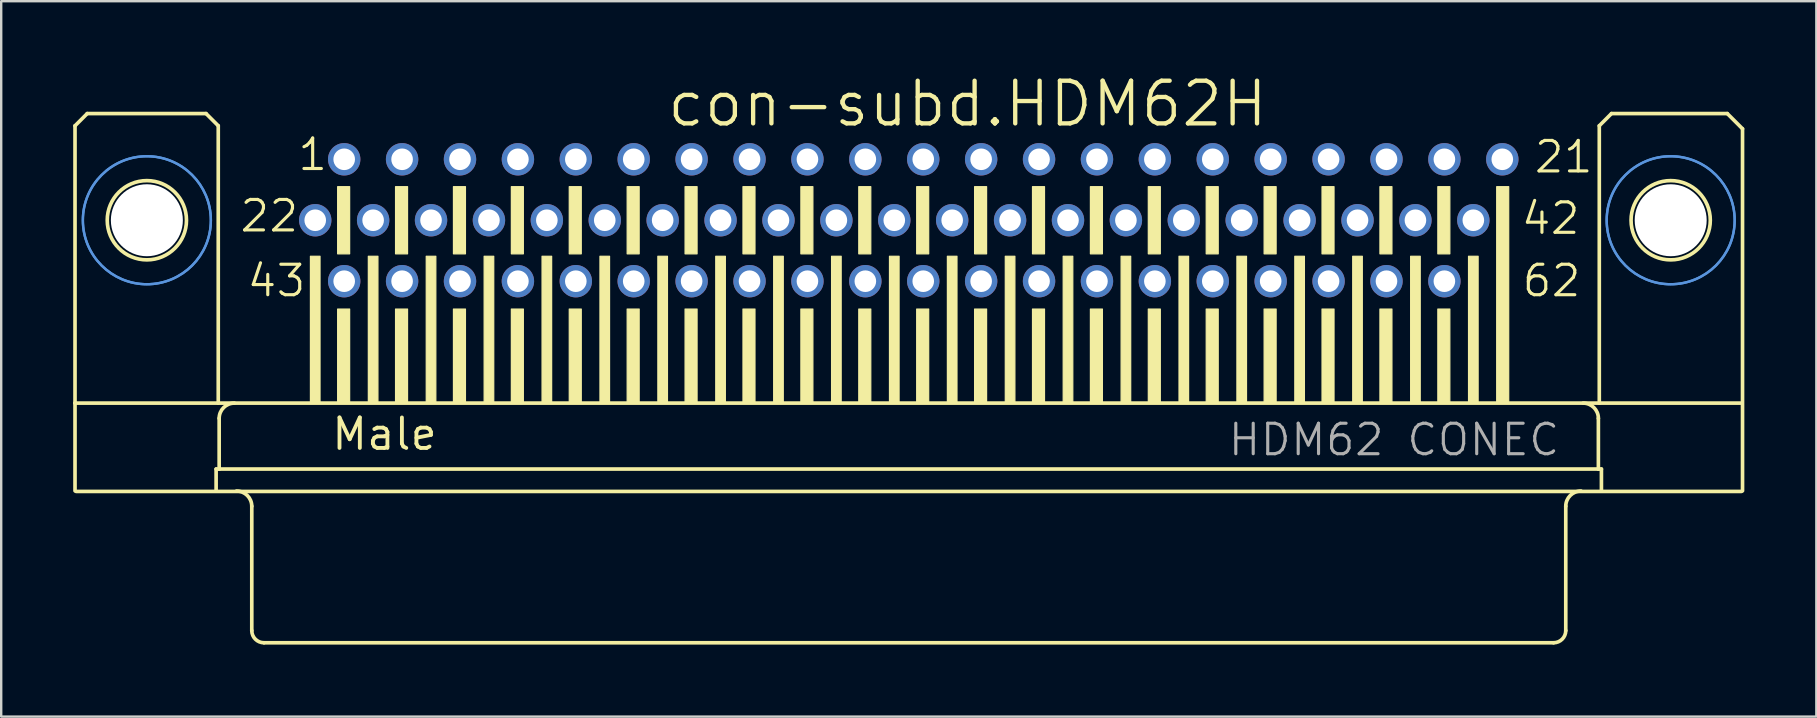
<source format=kicad_pcb>
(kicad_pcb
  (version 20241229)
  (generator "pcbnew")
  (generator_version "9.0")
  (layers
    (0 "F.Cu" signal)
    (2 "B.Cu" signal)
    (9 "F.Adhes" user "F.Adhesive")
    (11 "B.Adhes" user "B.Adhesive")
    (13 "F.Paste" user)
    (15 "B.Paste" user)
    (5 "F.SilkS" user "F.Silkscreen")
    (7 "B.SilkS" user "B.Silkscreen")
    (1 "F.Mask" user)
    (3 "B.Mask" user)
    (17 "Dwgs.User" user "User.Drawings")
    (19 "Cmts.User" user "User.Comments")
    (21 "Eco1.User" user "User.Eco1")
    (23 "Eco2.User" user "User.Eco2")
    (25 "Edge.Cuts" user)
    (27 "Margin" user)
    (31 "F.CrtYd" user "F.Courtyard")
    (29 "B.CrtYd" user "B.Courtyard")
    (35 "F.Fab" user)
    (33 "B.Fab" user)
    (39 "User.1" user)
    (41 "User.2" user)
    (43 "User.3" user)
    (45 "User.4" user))
  (footprint "con-subd.HDM62H"
    (layer "F.Cu")
    (at 34.82 6.128)
    (property "Reference" "con-subd.HDM62H" (at -10.16 -3.81 0) (layer "F.SilkS") (effects (font (size 1.778 1.778) (thickness 0.18)) (justify left bottom)))
    (attr through_hole)
    (fp_line (start -34.744 -3.937) (end -34.744 7.62) (stroke (width 0.152) (type default)) (layer "F.SilkS"))
    (fp_line (start -34.744 11.276) (end -34.744 7.62) (stroke (width 0.152) (type default)) (layer "F.SilkS"))
    (fp_line (start -34.7 11.3) (end 34.7 11.3) (stroke (width 0.152) (type default)) (layer "F.SilkS"))
    (fp_line (start -34.236 -4.445) (end -34.744 -3.937) (stroke (width 0.152) (type default)) (layer "F.SilkS"))
    (fp_line (start -29.283 -4.445) (end -34.236 -4.445) (stroke (width 0.152) (type default)) (layer "F.SilkS"))
    (fp_line (start -28.864 10.368) (end -28.864 11.276) (stroke (width 0.152) (type default)) (layer "F.SilkS"))
    (fp_line (start -28.775 -3.937) (end -29.283 -4.445) (stroke (width 0.152) (type default)) (layer "F.SilkS"))
    (fp_line (start -28.775 -3.937) (end -28.775 7.62) (stroke (width 0.152) (type default)) (layer "F.SilkS"))
    (fp_line (start -28.737 8.255) (end -28.737 10.368) (stroke (width 0.152) (type default)) (layer "F.SilkS"))
    (fp_line (start -28.737 10.368) (end -28.864 10.368) (stroke (width 0.152) (type default)) (layer "F.SilkS"))
    (fp_line (start -27.378 11.919) (end -27.378 17.099) (stroke (width 0.152) (type default)) (layer "F.SilkS"))
    (fp_line (start 26.87 17.607) (end -26.87 17.607) (stroke (width 0.152) (type default)) (layer "F.SilkS"))
    (fp_line (start 27.378 11.919) (end 27.378 17.099) (stroke (width 0.152) (type default)) (layer "F.SilkS"))
    (fp_line (start 28.737 8.255) (end 28.737 10.368) (stroke (width 0.152) (type default)) (layer "F.SilkS"))
    (fp_line (start 28.737 10.368) (end -28.737 10.368) (stroke (width 0.152) (type default)) (layer "F.SilkS"))
    (fp_line (start 28.775 -3.937) (end 28.775 7.62) (stroke (width 0.152) (type default)) (layer "F.SilkS"))
    (fp_line (start 28.864 10.368) (end 28.737 10.368) (stroke (width 0.152) (type default)) (layer "F.SilkS"))
    (fp_line (start 28.864 10.368) (end 28.864 11.276) (stroke (width 0.152) (type default)) (layer "F.SilkS"))
    (fp_line (start 29.283 -4.445) (end 28.775 -3.937) (stroke (width 0.152) (type default)) (layer "F.SilkS"))
    (fp_line (start 29.283 -4.445) (end 34.109 -4.445) (stroke (width 0.152) (type default)) (layer "F.SilkS"))
    (fp_line (start 34.109 -4.445) (end 34.744 -3.81) (stroke (width 0.152) (type default)) (layer "F.SilkS"))
    (fp_line (start 34.656 7.62) (end -34.744 7.62) (stroke (width 0.152) (type default)) (layer "F.SilkS"))
    (fp_line (start 34.744 -3.81) (end 34.744 11.276) (stroke (width 0.152) (type default)) (layer "F.SilkS"))
    (fp_rect (start -24.934 7.6) (end -24.534 1.5) (stroke (width 0.05) (type default)) (fill yes) (layer "F.SilkS"))
    (fp_rect (start -23.8 1.4) (end -23.3 -1.4) (stroke (width 0.05) (type default)) (fill yes) (layer "F.SilkS"))
    (fp_rect (start -23.8 7.6) (end -23.3 3.7) (stroke (width 0.05) (type default)) (fill yes) (layer "F.SilkS"))
    (fp_rect (start -22.521 7.6) (end -22.121 1.5) (stroke (width 0.05) (type default)) (fill yes) (layer "F.SilkS"))
    (fp_rect (start -21.387 1.4) (end -20.887 -1.4) (stroke (width 0.05) (type default)) (fill yes) (layer "F.SilkS"))
    (fp_rect (start -21.387 7.6) (end -20.887 3.7) (stroke (width 0.05) (type default)) (fill yes) (layer "F.SilkS"))
    (fp_rect (start -20.108 7.6) (end -19.708 1.5) (stroke (width 0.05) (type default)) (fill yes) (layer "F.SilkS"))
    (fp_rect (start -18.974 1.4) (end -18.474 -1.4) (stroke (width 0.05) (type default)) (fill yes) (layer "F.SilkS"))
    (fp_rect (start -18.974 7.6) (end -18.474 3.7) (stroke (width 0.05) (type default)) (fill yes) (layer "F.SilkS"))
    (fp_rect (start -17.695 7.6) (end -17.295 1.5) (stroke (width 0.05) (type default)) (fill yes) (layer "F.SilkS"))
    (fp_rect (start -16.561 1.4) (end -16.061 -1.4) (stroke (width 0.05) (type default)) (fill yes) (layer "F.SilkS"))
    (fp_rect (start -16.561 7.6) (end -16.061 3.7) (stroke (width 0.05) (type default)) (fill yes) (layer "F.SilkS"))
    (fp_rect (start -15.282 7.6) (end -14.882 1.5) (stroke (width 0.05) (type default)) (fill yes) (layer "F.SilkS"))
    (fp_rect (start -14.148 1.4) (end -13.648 -1.4) (stroke (width 0.05) (type default)) (fill yes) (layer "F.SilkS"))
    (fp_rect (start -14.148 7.6) (end -13.648 3.7) (stroke (width 0.05) (type default)) (fill yes) (layer "F.SilkS"))
    (fp_rect (start -12.869 7.6) (end -12.469 1.5) (stroke (width 0.05) (type default)) (fill yes) (layer "F.SilkS"))
    (fp_rect (start -11.735 1.4) (end -11.235 -1.4) (stroke (width 0.05) (type default)) (fill yes) (layer "F.SilkS"))
    (fp_rect (start -11.735 7.6) (end -11.235 3.7) (stroke (width 0.05) (type default)) (fill yes) (layer "F.SilkS"))
    (fp_rect (start -10.456 7.6) (end -10.056 1.5) (stroke (width 0.05) (type default)) (fill yes) (layer "F.SilkS"))
    (fp_rect (start -9.322 1.4) (end -8.822 -1.4) (stroke (width 0.05) (type default)) (fill yes) (layer "F.SilkS"))
    (fp_rect (start -9.322 7.6) (end -8.822 3.7) (stroke (width 0.05) (type default)) (fill yes) (layer "F.SilkS"))
    (fp_rect (start -8.043 7.6) (end -7.643 1.5) (stroke (width 0.05) (type default)) (fill yes) (layer "F.SilkS"))
    (fp_rect (start -6.909 1.4) (end -6.409 -1.4) (stroke (width 0.05) (type default)) (fill yes) (layer "F.SilkS"))
    (fp_rect (start -6.909 7.6) (end -6.409 3.7) (stroke (width 0.05) (type default)) (fill yes) (layer "F.SilkS"))
    (fp_rect (start -5.63 7.6) (end -5.23 1.5) (stroke (width 0.05) (type default)) (fill yes) (layer "F.SilkS"))
    (fp_rect (start -4.496 1.4) (end -3.996 -1.4) (stroke (width 0.05) (type default)) (fill yes) (layer "F.SilkS"))
    (fp_rect (start -4.496 7.6) (end -3.996 3.7) (stroke (width 0.05) (type default)) (fill yes) (layer "F.SilkS"))
    (fp_rect (start -3.217 7.6) (end -2.817 1.5) (stroke (width 0.05) (type default)) (fill yes) (layer "F.SilkS"))
    (fp_rect (start -2.083 1.4) (end -1.583 -1.4) (stroke (width 0.05) (type default)) (fill yes) (layer "F.SilkS"))
    (fp_rect (start -2.083 7.6) (end -1.583 3.7) (stroke (width 0.05) (type default)) (fill yes) (layer "F.SilkS"))
    (fp_rect (start -0.804 7.6) (end -0.404 1.5) (stroke (width 0.05) (type default)) (fill yes) (layer "F.SilkS"))
    (fp_rect (start 0.33 1.4) (end 0.83 -1.4) (stroke (width 0.05) (type default)) (fill yes) (layer "F.SilkS"))
    (fp_rect (start 0.33 7.6) (end 0.83 3.7) (stroke (width 0.05) (type default)) (fill yes) (layer "F.SilkS"))
    (fp_rect (start 1.609 7.6) (end 2.009 1.5) (stroke (width 0.05) (type default)) (fill yes) (layer "F.SilkS"))
    (fp_rect (start 2.743 1.4) (end 3.243 -1.4) (stroke (width 0.05) (type default)) (fill yes) (layer "F.SilkS"))
    (fp_rect (start 2.743 7.6) (end 3.243 3.7) (stroke (width 0.05) (type default)) (fill yes) (layer "F.SilkS"))
    (fp_rect (start 4.022 7.6) (end 4.422 1.5) (stroke (width 0.05) (type default)) (fill yes) (layer "F.SilkS"))
    (fp_rect (start 5.156 1.4) (end 5.656 -1.4) (stroke (width 0.05) (type default)) (fill yes) (layer "F.SilkS"))
    (fp_rect (start 5.156 7.6) (end 5.656 3.7) (stroke (width 0.05) (type default)) (fill yes) (layer "F.SilkS"))
    (fp_rect (start 6.435 7.6) (end 6.835 1.5) (stroke (width 0.05) (type default)) (fill yes) (layer "F.SilkS"))
    (fp_rect (start 7.569 1.4) (end 8.069 -1.4) (stroke (width 0.05) (type default)) (fill yes) (layer "F.SilkS"))
    (fp_rect (start 7.569 7.6) (end 8.069 3.7) (stroke (width 0.05) (type default)) (fill yes) (layer "F.SilkS"))
    (fp_rect (start 8.848 7.6) (end 9.248 1.5) (stroke (width 0.05) (type default)) (fill yes) (layer "F.SilkS"))
    (fp_rect (start 9.982 1.4) (end 10.482 -1.4) (stroke (width 0.05) (type default)) (fill yes) (layer "F.SilkS"))
    (fp_rect (start 9.982 7.6) (end 10.482 3.7) (stroke (width 0.05) (type default)) (fill yes) (layer "F.SilkS"))
    (fp_rect (start 11.261 7.6) (end 11.661 1.5) (stroke (width 0.05) (type default)) (fill yes) (layer "F.SilkS"))
    (fp_rect (start 12.395 1.4) (end 12.895 -1.4) (stroke (width 0.05) (type default)) (fill yes) (layer "F.SilkS"))
    (fp_rect (start 12.395 7.6) (end 12.895 3.7) (stroke (width 0.05) (type default)) (fill yes) (layer "F.SilkS"))
    (fp_rect (start 13.674 7.6) (end 14.074 1.5) (stroke (width 0.05) (type default)) (fill yes) (layer "F.SilkS"))
    (fp_rect (start 14.808 1.4) (end 15.308 -1.4) (stroke (width 0.05) (type default)) (fill yes) (layer "F.SilkS"))
    (fp_rect (start 14.808 7.6) (end 15.308 3.7) (stroke (width 0.05) (type default)) (fill yes) (layer "F.SilkS"))
    (fp_rect (start 16.087 7.6) (end 16.487 1.5) (stroke (width 0.05) (type default)) (fill yes) (layer "F.SilkS"))
    (fp_rect (start 17.221 1.4) (end 17.721 -1.4) (stroke (width 0.05) (type default)) (fill yes) (layer "F.SilkS"))
    (fp_rect (start 17.221 7.6) (end 17.721 3.7) (stroke (width 0.05) (type default)) (fill yes) (layer "F.SilkS"))
    (fp_rect (start 18.5 7.6) (end 18.9 1.5) (stroke (width 0.05) (type default)) (fill yes) (layer "F.SilkS"))
    (fp_rect (start 19.634 1.4) (end 20.134 -1.4) (stroke (width 0.05) (type default)) (fill yes) (layer "F.SilkS"))
    (fp_rect (start 19.634 7.6) (end 20.134 3.7) (stroke (width 0.05) (type default)) (fill yes) (layer "F.SilkS"))
    (fp_rect (start 20.913 7.6) (end 21.313 1.5) (stroke (width 0.05) (type default)) (fill yes) (layer "F.SilkS"))
    (fp_rect (start 22.047 1.4) (end 22.547 -1.4) (stroke (width 0.05) (type default)) (fill yes) (layer "F.SilkS"))
    (fp_rect (start 22.047 7.6) (end 22.547 3.7) (stroke (width 0.05) (type default)) (fill yes) (layer "F.SilkS"))
    (fp_rect (start 23.326 7.6) (end 23.726 1.5) (stroke (width 0.05) (type default)) (fill yes) (layer "F.SilkS"))
    (fp_rect (start 24.5 7.6) (end 25 -1.4) (stroke (width 0.05) (type default)) (fill yes) (layer "F.SilkS"))
    (fp_arc (start -28.737 8.255) (mid -28.551013 7.805987) (end -28.102 7.62) (stroke (width 0.1524) (type default)) (layer "F.SilkS"))
    (fp_arc (start -28.013 11.284) (mid -27.563987 11.469987) (end -27.378 11.919) (stroke (width 0.1524) (type default)) (layer "F.SilkS"))
    (fp_arc (start -26.87 17.607) (mid -27.22921 17.45821) (end -27.378 17.099) (stroke (width 0.1524) (type default)) (layer "F.SilkS"))
    (fp_arc (start 27.378 11.919) (mid 27.563987 11.469987) (end 28.013 11.284) (stroke (width 0.1524) (type default)) (layer "F.SilkS"))
    (fp_arc (start 27.378 17.099) (mid 27.22921 17.45821) (end 26.87 17.607) (stroke (width 0.1524) (type default)) (layer "F.SilkS"))
    (fp_arc (start 28.102 7.62) (mid 28.551013 7.805987) (end 28.737 8.255) (stroke (width 0.1524) (type default)) (layer "F.SilkS"))
    (fp_circle (center -31.75 0) (end -30.099 0) (stroke (width 0.152) (type default)) (fill no) (layer "F.SilkS"))
    (fp_circle (center 31.75 0) (end 33.401 0) (stroke (width 0.152) (type default)) (fill no) (layer "F.SilkS"))
    (fp_circle (center -31.75 0) (end -29.083 0) (stroke (width 0.1) (type default)) (fill no) (layer "Cmts.User"))
    (fp_circle (center -31.75 0) (end -29.083 0) (stroke (width 0.1) (type default)) (fill no) (layer "Cmts.User"))
    (fp_circle (center 31.75 0) (end 34.417 0) (stroke (width 0.1) (type default)) (fill no) (layer "Cmts.User"))
    (fp_circle (center 31.75 0) (end 34.417 0) (stroke (width 0.1) (type default)) (fill no) (layer "Cmts.User"))
    (fp_text user "1" (at -25.531 -1.995 0) (layer "F.SilkS") (effects (font (size 1.27 1.27) (thickness 0.13)) (justify left bottom)))
    (fp_text user "43" (at -27.644 3.265 0) (layer "F.SilkS") (effects (font (size 1.27 1.27) (thickness 0.13)) (justify left bottom)))
    (fp_text user "22" (at -27.944 0.565 0) (layer "F.SilkS") (effects (font (size 1.27 1.27) (thickness 0.13)) (justify left bottom)))
    (fp_text user "62" (at 25.491 3.265 0) (layer "F.SilkS") (effects (font (size 1.27 1.27) (thickness 0.13)) (justify left bottom)))
    (fp_text user "Male" (at -24.13 9.652 0) (layer "F.SilkS") (effects (font (size 1.27 1.27) (thickness 0.16)) (justify left bottom)))
    (fp_text user "21" (at 25.996 -1.895 0) (layer "F.SilkS") (effects (font (size 1.27 1.27) (thickness 0.13)) (justify left bottom)))
    (fp_text user "42" (at 25.453 0.665 0) (layer "F.SilkS") (effects (font (size 1.27 1.27) (thickness 0.13)) (justify left bottom)))
    (fp_text user "HDM62 CONEC" (at 13.24 9.891 0) (layer "F.Fab") (effects (font (size 1.27 1.27) (thickness 0.13)) (justify left bottom)))
    (pad "" np_thru_hole circle (at -31.75 0) (size 3 3) (drill 3) (layers "*.Cu" "*.Mask"))
    (pad "" np_thru_hole circle (at 31.75 0) (size 3 3) (drill 3) (layers "*.Cu" "*.Mask"))
    (pad "1" thru_hole circle (at -23.527 -2.54) (size 1.35 1.35) (drill 0.9) (layers "*.Cu" "*.Mask"))
    (pad "2" thru_hole circle (at -21.114 -2.54) (size 1.35 1.35) (drill 0.9) (layers "*.Cu" "*.Mask"))
    (pad "3" thru_hole circle (at -18.701 -2.54) (size 1.35 1.35) (drill 0.9) (layers "*.Cu" "*.Mask"))
    (pad "4" thru_hole circle (at -16.288 -2.54) (size 1.35 1.35) (drill 0.9) (layers "*.Cu" "*.Mask"))
    (pad "5" thru_hole circle (at -13.875 -2.54) (size 1.35 1.35) (drill 0.9) (layers "*.Cu" "*.Mask"))
    (pad "6" thru_hole circle (at -11.462 -2.54) (size 1.35 1.35) (drill 0.9) (layers "*.Cu" "*.Mask"))
    (pad "7" thru_hole circle (at -9.049 -2.54) (size 1.35 1.35) (drill 0.9) (layers "*.Cu" "*.Mask"))
    (pad "8" thru_hole circle (at -6.636 -2.54) (size 1.35 1.35) (drill 0.9) (layers "*.Cu" "*.Mask"))
    (pad "9" thru_hole circle (at -4.223 -2.54) (size 1.35 1.35) (drill 0.9) (layers "*.Cu" "*.Mask"))
    (pad "10" thru_hole circle (at -1.81 -2.54) (size 1.35 1.35) (drill 0.9) (layers "*.Cu" "*.Mask"))
    (pad "11" thru_hole circle (at 0.603 -2.54) (size 1.35 1.35) (drill 0.9) (layers "*.Cu" "*.Mask"))
    (pad "12" thru_hole circle (at 3.016 -2.54) (size 1.35 1.35) (drill 0.9) (layers "*.Cu" "*.Mask"))
    (pad "13" thru_hole circle (at 5.429 -2.54) (size 1.35 1.35) (drill 0.9) (layers "*.Cu" "*.Mask"))
    (pad "14" thru_hole circle (at 7.842 -2.54) (size 1.35 1.35) (drill 0.9) (layers "*.Cu" "*.Mask"))
    (pad "15" thru_hole circle (at 10.255 -2.54) (size 1.35 1.35) (drill 0.9) (layers "*.Cu" "*.Mask"))
    (pad "16" thru_hole circle (at 12.668 -2.54) (size 1.35 1.35) (drill 0.9) (layers "*.Cu" "*.Mask"))
    (pad "17" thru_hole circle (at 15.081 -2.54) (size 1.35 1.35) (drill 0.9) (layers "*.Cu" "*.Mask"))
    (pad "18" thru_hole circle (at 17.494 -2.54) (size 1.35 1.35) (drill 0.9) (layers "*.Cu" "*.Mask"))
    (pad "19" thru_hole circle (at 19.907 -2.54) (size 1.35 1.35) (drill 0.9) (layers "*.Cu" "*.Mask"))
    (pad "20" thru_hole circle (at 22.32 -2.54) (size 1.35 1.35) (drill 0.9) (layers "*.Cu" "*.Mask"))
    (pad "21" thru_hole circle (at 24.733 -2.54) (size 1.35 1.35) (drill 0.9) (layers "*.Cu" "*.Mask"))
    (pad "22" thru_hole circle (at -24.734 0) (size 1.35 1.35) (drill 0.9) (layers "*.Cu" "*.Mask"))
    (pad "23" thru_hole circle (at -22.321 0) (size 1.35 1.35) (drill 0.9) (layers "*.Cu" "*.Mask"))
    (pad "24" thru_hole circle (at -19.908 0) (size 1.35 1.35) (drill 0.9) (layers "*.Cu" "*.Mask"))
    (pad "25" thru_hole circle (at -17.495 0) (size 1.35 1.35) (drill 0.9) (layers "*.Cu" "*.Mask"))
    (pad "26" thru_hole circle (at -15.082 0) (size 1.35 1.35) (drill 0.9) (layers "*.Cu" "*.Mask"))
    (pad "27" thru_hole circle (at -12.669 0) (size 1.35 1.35) (drill 0.9) (layers "*.Cu" "*.Mask"))
    (pad "28" thru_hole circle (at -10.256 0) (size 1.35 1.35) (drill 0.9) (layers "*.Cu" "*.Mask"))
    (pad "29" thru_hole circle (at -7.843 0) (size 1.35 1.35) (drill 0.9) (layers "*.Cu" "*.Mask"))
    (pad "30" thru_hole circle (at -5.43 0) (size 1.35 1.35) (drill 0.9) (layers "*.Cu" "*.Mask"))
    (pad "31" thru_hole circle (at -3.017 0) (size 1.35 1.35) (drill 0.9) (layers "*.Cu" "*.Mask"))
    (pad "32" thru_hole circle (at -0.604 0) (size 1.35 1.35) (drill 0.9) (layers "*.Cu" "*.Mask"))
    (pad "33" thru_hole circle (at 1.809 0) (size 1.35 1.35) (drill 0.9) (layers "*.Cu" "*.Mask"))
    (pad "34" thru_hole circle (at 4.222 0) (size 1.35 1.35) (drill 0.9) (layers "*.Cu" "*.Mask"))
    (pad "35" thru_hole circle (at 6.635 0) (size 1.35 1.35) (drill 0.9) (layers "*.Cu" "*.Mask"))
    (pad "36" thru_hole circle (at 9.048 0) (size 1.35 1.35) (drill 0.9) (layers "*.Cu" "*.Mask"))
    (pad "37" thru_hole circle (at 11.461 0) (size 1.35 1.35) (drill 0.9) (layers "*.Cu" "*.Mask"))
    (pad "38" thru_hole circle (at 13.874 0) (size 1.35 1.35) (drill 0.9) (layers "*.Cu" "*.Mask"))
    (pad "39" thru_hole circle (at 16.287 0) (size 1.35 1.35) (drill 0.9) (layers "*.Cu" "*.Mask"))
    (pad "40" thru_hole circle (at 18.7 0) (size 1.35 1.35) (drill 0.9) (layers "*.Cu" "*.Mask"))
    (pad "41" thru_hole circle (at 21.113 0) (size 1.35 1.35) (drill 0.9) (layers "*.Cu" "*.Mask"))
    (pad "42" thru_hole circle (at 23.526 0) (size 1.35 1.35) (drill 0.9) (layers "*.Cu" "*.Mask"))
    (pad "43" thru_hole circle (at -23.527 2.54) (size 1.35 1.35) (drill 0.9) (layers "*.Cu" "*.Mask"))
    (pad "44" thru_hole circle (at -21.114 2.54) (size 1.35 1.35) (drill 0.9) (layers "*.Cu" "*.Mask"))
    (pad "45" thru_hole circle (at -18.701 2.54) (size 1.35 1.35) (drill 0.9) (layers "*.Cu" "*.Mask"))
    (pad "46" thru_hole circle (at -16.288 2.54) (size 1.35 1.35) (drill 0.9) (layers "*.Cu" "*.Mask"))
    (pad "47" thru_hole circle (at -13.875 2.54) (size 1.35 1.35) (drill 0.9) (layers "*.Cu" "*.Mask"))
    (pad "48" thru_hole circle (at -11.462 2.54) (size 1.35 1.35) (drill 0.9) (layers "*.Cu" "*.Mask"))
    (pad "49" thru_hole circle (at -9.049 2.54) (size 1.35 1.35) (drill 0.9) (layers "*.Cu" "*.Mask"))
    (pad "50" thru_hole circle (at -6.636 2.54) (size 1.35 1.35) (drill 0.9) (layers "*.Cu" "*.Mask"))
    (pad "51" thru_hole circle (at -4.223 2.54) (size 1.35 1.35) (drill 0.9) (layers "*.Cu" "*.Mask"))
    (pad "52" thru_hole circle (at -1.81 2.54) (size 1.35 1.35) (drill 0.9) (layers "*.Cu" "*.Mask"))
    (pad "53" thru_hole circle (at 0.603 2.54) (size 1.35 1.35) (drill 0.9) (layers "*.Cu" "*.Mask"))
    (pad "54" thru_hole circle (at 3.016 2.54) (size 1.35 1.35) (drill 0.9) (layers "*.Cu" "*.Mask"))
    (pad "55" thru_hole circle (at 5.429 2.54) (size 1.35 1.35) (drill 0.9) (layers "*.Cu" "*.Mask"))
    (pad "56" thru_hole circle (at 7.842 2.54) (size 1.35 1.35) (drill 0.9) (layers "*.Cu" "*.Mask"))
    (pad "57" thru_hole circle (at 10.255 2.54) (size 1.35 1.35) (drill 0.9) (layers "*.Cu" "*.Mask"))
    (pad "58" thru_hole circle (at 12.668 2.54) (size 1.35 1.35) (drill 0.9) (layers "*.Cu" "*.Mask"))
    (pad "59" thru_hole circle (at 15.081 2.54) (size 1.35 1.35) (drill 0.9) (layers "*.Cu" "*.Mask"))
    (pad "60" thru_hole circle (at 17.494 2.54) (size 1.35 1.35) (drill 0.9) (layers "*.Cu" "*.Mask"))
    (pad "61" thru_hole circle (at 19.907 2.54) (size 1.35 1.35) (drill 0.9) (layers "*.Cu" "*.Mask"))
    (pad "62" thru_hole circle (at 22.32 2.54) (size 1.35 1.35) (drill 0.9) (layers "*.Cu" "*.Mask")))
  (gr_rect
    (start -3 -3)
    (end 72.64 26.811)
    (stroke (width 0.1) (type default))
    (fill no)
    (layer "Edge.Cuts")))
</source>
